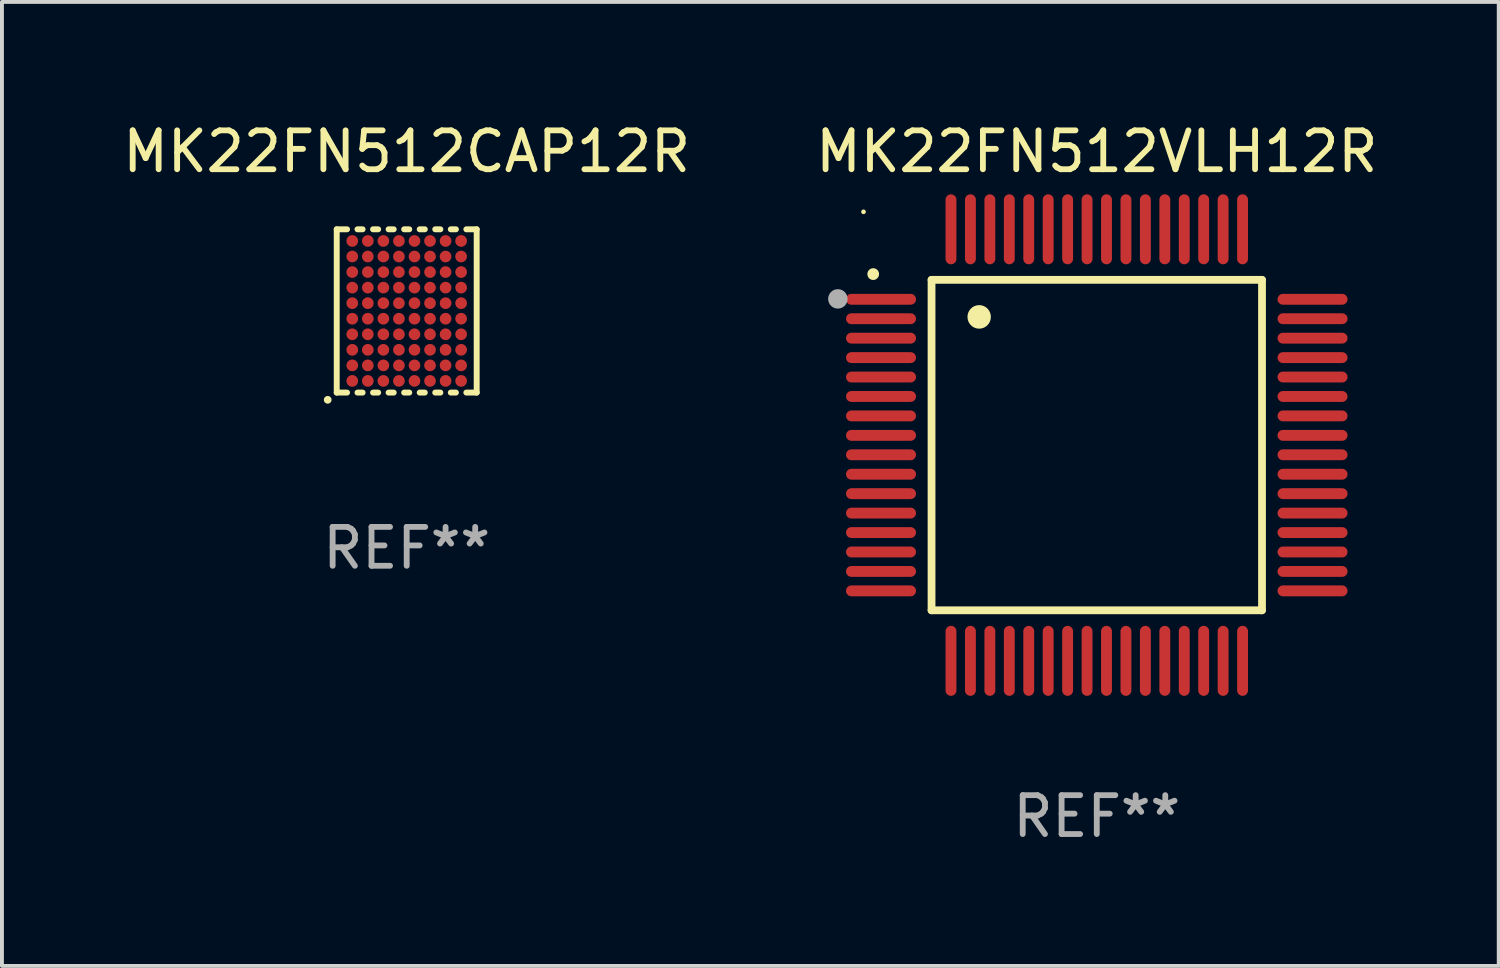
<source format=kicad_pcb>
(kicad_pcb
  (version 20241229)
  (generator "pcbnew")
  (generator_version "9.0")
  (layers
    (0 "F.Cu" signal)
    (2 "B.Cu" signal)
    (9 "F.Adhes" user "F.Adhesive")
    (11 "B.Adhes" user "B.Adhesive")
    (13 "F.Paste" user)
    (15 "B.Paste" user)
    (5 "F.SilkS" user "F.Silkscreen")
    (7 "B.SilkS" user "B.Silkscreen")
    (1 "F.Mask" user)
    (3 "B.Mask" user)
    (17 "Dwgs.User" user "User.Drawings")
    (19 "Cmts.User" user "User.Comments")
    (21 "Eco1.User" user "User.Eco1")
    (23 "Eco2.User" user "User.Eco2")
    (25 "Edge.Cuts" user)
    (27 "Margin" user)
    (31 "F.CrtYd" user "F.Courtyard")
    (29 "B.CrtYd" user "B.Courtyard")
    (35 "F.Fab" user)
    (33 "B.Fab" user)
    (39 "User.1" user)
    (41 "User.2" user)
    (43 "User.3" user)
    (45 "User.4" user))
  (footprint "MK22FN512VLH12R"
    (layer "F.Cu")
    (at 25.161 8.398)
    (property "Reference" "MK22FN512VLH12R" (at 0 -7.55 0) (layer "F.SilkS") (effects (font (size 1 1) (thickness 0.15))))
    (attr through_hole)
    (fp_line (start -4.25 -4.25) (end -4.25 4.25) (stroke (width 0.2) (type solid)) (layer "F.SilkS"))
    (fp_line (start -4.25 4.25) (end 4.25 4.25) (stroke (width 0.2) (type solid)) (layer "F.SilkS"))
    (fp_line (start 4.25 -4.25) (end -4.25 -4.25) (stroke (width 0.2) (type solid)) (layer "F.SilkS"))
    (fp_line (start 4.25 4.25) (end 4.25 -4.25) (stroke (width 0.2) (type solid)) (layer "F.SilkS"))
    (fp_arc (start -5.750572 -4.396749) (mid -5.750577 -4.398019) (end -5.750572 -4.399289) (stroke (width 0.3) (type solid)) (layer "F.SilkS"))
    (fp_arc (start -3.025146 -3.294387) (mid -3.025157 -3.296927) (end -3.025146 -3.299467) (stroke (width 0.6) (type solid)) (layer "F.SilkS"))
    (fp_circle (center -6 -6) (end -5.97 -6) (stroke (width 0.06) (type solid)) (fill no) (layer "F.SilkS"))
    (fp_circle (center -6.66 -3.76) (end -6.535 -3.76) (stroke (width 0.25) (type solid)) (fill no) (layer "F.Fab"))
    (fp_text user "REF**" (at 0 9.55 0) (layer "F.Fab") (effects (font (size 1 1) (thickness 0.15))))
    (pad "1" smd oval (at -5.55 -3.75) (size 1.8 0.28) (layers "F.Cu" "F.Mask" "F.Paste"))
    (pad "2" smd oval (at -5.55 -3.25) (size 1.8 0.28) (layers "F.Cu" "F.Mask" "F.Paste"))
    (pad "3" smd oval (at -5.55 -2.75) (size 1.8 0.28) (layers "F.Cu" "F.Mask" "F.Paste"))
    (pad "4" smd oval (at -5.55 -2.25) (size 1.8 0.28) (layers "F.Cu" "F.Mask" "F.Paste"))
    (pad "5" smd oval (at -5.55 -1.75) (size 1.8 0.28) (layers "F.Cu" "F.Mask" "F.Paste"))
    (pad "6" smd oval (at -5.55 -1.25) (size 1.8 0.28) (layers "F.Cu" "F.Mask" "F.Paste"))
    (pad "7" smd oval (at -5.55 -0.75) (size 1.8 0.28) (layers "F.Cu" "F.Mask" "F.Paste"))
    (pad "8" smd oval (at -5.55 -0.25) (size 1.8 0.28) (layers "F.Cu" "F.Mask" "F.Paste"))
    (pad "9" smd oval (at -5.55 0.25) (size 1.8 0.28) (layers "F.Cu" "F.Mask" "F.Paste"))
    (pad "10" smd oval (at -5.55 0.75) (size 1.8 0.28) (layers "F.Cu" "F.Mask" "F.Paste"))
    (pad "11" smd oval (at -5.55 1.25) (size 1.8 0.28) (layers "F.Cu" "F.Mask" "F.Paste"))
    (pad "12" smd oval (at -5.55 1.75) (size 1.8 0.28) (layers "F.Cu" "F.Mask" "F.Paste"))
    (pad "13" smd oval (at -5.55 2.25) (size 1.8 0.28) (layers "F.Cu" "F.Mask" "F.Paste"))
    (pad "14" smd oval (at -5.55 2.75) (size 1.8 0.28) (layers "F.Cu" "F.Mask" "F.Paste"))
    (pad "15" smd oval (at -5.55 3.25) (size 1.8 0.28) (layers "F.Cu" "F.Mask" "F.Paste"))
    (pad "16" smd oval (at -5.55 3.75) (size 1.8 0.28) (layers "F.Cu" "F.Mask" "F.Paste"))
    (pad "17" smd oval (at -3.75 5.55) (size 0.28 1.8) (layers "F.Cu" "F.Mask" "F.Paste"))
    (pad "18" smd oval (at -3.25 5.55) (size 0.28 1.8) (layers "F.Cu" "F.Mask" "F.Paste"))
    (pad "19" smd oval (at -2.75 5.55) (size 0.28 1.8) (layers "F.Cu" "F.Mask" "F.Paste"))
    (pad "20" smd oval (at -2.25 5.55) (size 0.28 1.8) (layers "F.Cu" "F.Mask" "F.Paste"))
    (pad "21" smd oval (at -1.75 5.55) (size 0.28 1.8) (layers "F.Cu" "F.Mask" "F.Paste"))
    (pad "22" smd oval (at -1.25 5.55) (size 0.28 1.8) (layers "F.Cu" "F.Mask" "F.Paste"))
    (pad "23" smd oval (at -0.75 5.55) (size 0.28 1.8) (layers "F.Cu" "F.Mask" "F.Paste"))
    (pad "24" smd oval (at -0.25 5.55) (size 0.28 1.8) (layers "F.Cu" "F.Mask" "F.Paste"))
    (pad "25" smd oval (at 0.25 5.55) (size 0.28 1.8) (layers "F.Cu" "F.Mask" "F.Paste"))
    (pad "26" smd oval (at 0.75 5.55) (size 0.28 1.8) (layers "F.Cu" "F.Mask" "F.Paste"))
    (pad "27" smd oval (at 1.25 5.55) (size 0.28 1.8) (layers "F.Cu" "F.Mask" "F.Paste"))
    (pad "28" smd oval (at 1.75 5.55) (size 0.28 1.8) (layers "F.Cu" "F.Mask" "F.Paste"))
    (pad "29" smd oval (at 2.25 5.55) (size 0.28 1.8) (layers "F.Cu" "F.Mask" "F.Paste"))
    (pad "30" smd oval (at 2.75 5.55) (size 0.28 1.8) (layers "F.Cu" "F.Mask" "F.Paste"))
    (pad "31" smd oval (at 3.25 5.55) (size 0.28 1.8) (layers "F.Cu" "F.Mask" "F.Paste"))
    (pad "32" smd oval (at 3.75 5.55) (size 0.28 1.8) (layers "F.Cu" "F.Mask" "F.Paste"))
    (pad "33" smd oval (at 5.55 3.75) (size 1.8 0.28) (layers "F.Cu" "F.Mask" "F.Paste"))
    (pad "34" smd oval (at 5.55 3.25) (size 1.8 0.28) (layers "F.Cu" "F.Mask" "F.Paste"))
    (pad "35" smd oval (at 5.55 2.75) (size 1.8 0.28) (layers "F.Cu" "F.Mask" "F.Paste"))
    (pad "36" smd oval (at 5.55 2.25) (size 1.8 0.28) (layers "F.Cu" "F.Mask" "F.Paste"))
    (pad "37" smd oval (at 5.55 1.75) (size 1.8 0.28) (layers "F.Cu" "F.Mask" "F.Paste"))
    (pad "38" smd oval (at 5.55 1.25) (size 1.8 0.28) (layers "F.Cu" "F.Mask" "F.Paste"))
    (pad "39" smd oval (at 5.55 0.75) (size 1.8 0.28) (layers "F.Cu" "F.Mask" "F.Paste"))
    (pad "40" smd oval (at 5.55 0.25) (size 1.8 0.28) (layers "F.Cu" "F.Mask" "F.Paste"))
    (pad "41" smd oval (at 5.55 -0.25) (size 1.8 0.28) (layers "F.Cu" "F.Mask" "F.Paste"))
    (pad "42" smd oval (at 5.55 -0.75) (size 1.8 0.28) (layers "F.Cu" "F.Mask" "F.Paste"))
    (pad "43" smd oval (at 5.55 -1.25) (size 1.8 0.28) (layers "F.Cu" "F.Mask" "F.Paste"))
    (pad "44" smd oval (at 5.55 -1.75) (size 1.8 0.28) (layers "F.Cu" "F.Mask" "F.Paste"))
    (pad "45" smd oval (at 5.55 -2.25) (size 1.8 0.28) (layers "F.Cu" "F.Mask" "F.Paste"))
    (pad "46" smd oval (at 5.55 -2.75) (size 1.8 0.28) (layers "F.Cu" "F.Mask" "F.Paste"))
    (pad "47" smd oval (at 5.55 -3.25) (size 1.8 0.28) (layers "F.Cu" "F.Mask" "F.Paste"))
    (pad "48" smd oval (at 5.55 -3.75) (size 1.8 0.28) (layers "F.Cu" "F.Mask" "F.Paste"))
    (pad "49" smd oval (at 3.75 -5.55) (size 0.28 1.8) (layers "F.Cu" "F.Mask" "F.Paste"))
    (pad "50" smd oval (at 3.25 -5.55) (size 0.28 1.8) (layers "F.Cu" "F.Mask" "F.Paste"))
    (pad "51" smd oval (at 2.75 -5.55) (size 0.28 1.8) (layers "F.Cu" "F.Mask" "F.Paste"))
    (pad "52" smd oval (at 2.25 -5.55) (size 0.28 1.8) (layers "F.Cu" "F.Mask" "F.Paste"))
    (pad "53" smd oval (at 1.75 -5.55) (size 0.28 1.8) (layers "F.Cu" "F.Mask" "F.Paste"))
    (pad "54" smd oval (at 1.25 -5.55) (size 0.28 1.8) (layers "F.Cu" "F.Mask" "F.Paste"))
    (pad "55" smd oval (at 0.75 -5.55) (size 0.28 1.8) (layers "F.Cu" "F.Mask" "F.Paste"))
    (pad "56" smd oval (at 0.25 -5.55) (size 0.28 1.8) (layers "F.Cu" "F.Mask" "F.Paste"))
    (pad "57" smd oval (at -0.25 -5.55) (size 0.28 1.8) (layers "F.Cu" "F.Mask" "F.Paste"))
    (pad "58" smd oval (at -0.75 -5.55) (size 0.28 1.8) (layers "F.Cu" "F.Mask" "F.Paste"))
    (pad "59" smd oval (at -1.25 -5.55) (size 0.28 1.8) (layers "F.Cu" "F.Mask" "F.Paste"))
    (pad "60" smd oval (at -1.75 -5.55) (size 0.28 1.8) (layers "F.Cu" "F.Mask" "F.Paste"))
    (pad "61" smd oval (at -2.25 -5.55) (size 0.28 1.8) (layers "F.Cu" "F.Mask" "F.Paste"))
    (pad "62" smd oval (at -2.75 -5.55) (size 0.28 1.8) (layers "F.Cu" "F.Mask" "F.Paste"))
    (pad "63" smd oval (at -3.25 -5.55) (size 0.28 1.8) (layers "F.Cu" "F.Mask" "F.Paste"))
    (pad "64" smd oval (at -3.75 -5.55) (size 0.28 1.8) (layers "F.Cu" "F.Mask" "F.Paste")))
  (footprint "MK22FN512CAP12R"
    (layer "F.Cu")
    (at 7.411 4.948)
    (property "Reference" "MK22FN512CAP12R" (at 0 -4.1 0) (layer "F.SilkS") (effects (font (size 1 1) (thickness 0.15))))
    (attr through_hole)
    (fp_line (start -1.8 -2.1) (end -1.534 -2.1) (stroke (width 0.152) (type solid)) (layer "F.SilkS"))
    (fp_line (start -1.8 2.1) (end -1.8 -2.1) (stroke (width 0.152) (type solid)) (layer "F.SilkS"))
    (fp_line (start -1.8 2.1) (end -1.534 2.1) (stroke (width 0.152) (type solid)) (layer "F.SilkS"))
    (fp_line (start -1.266 -2.1) (end -1.134 -2.1) (stroke (width 0.152) (type solid)) (layer "F.SilkS"))
    (fp_line (start -1.266 2.1) (end -1.134 2.1) (stroke (width 0.152) (type solid)) (layer "F.SilkS"))
    (fp_line (start -0.866 -2.1) (end -0.734 -2.1) (stroke (width 0.152) (type solid)) (layer "F.SilkS"))
    (fp_line (start -0.866 2.1) (end -0.734 2.1) (stroke (width 0.152) (type solid)) (layer "F.SilkS"))
    (fp_line (start -0.466 -2.1) (end -0.334 -2.1) (stroke (width 0.152) (type solid)) (layer "F.SilkS"))
    (fp_line (start -0.466 2.1) (end -0.334 2.1) (stroke (width 0.152) (type solid)) (layer "F.SilkS"))
    (fp_line (start -0.066 -2.1) (end 0.066 -2.1) (stroke (width 0.152) (type solid)) (layer "F.SilkS"))
    (fp_line (start -0.066 2.1) (end 0.066 2.1) (stroke (width 0.152) (type solid)) (layer "F.SilkS"))
    (fp_line (start 0.334 -2.1) (end 0.466 -2.1) (stroke (width 0.152) (type solid)) (layer "F.SilkS"))
    (fp_line (start 0.334 2.1) (end 0.466 2.1) (stroke (width 0.152) (type solid)) (layer "F.SilkS"))
    (fp_line (start 0.734 -2.1) (end 0.866 -2.1) (stroke (width 0.152) (type solid)) (layer "F.SilkS"))
    (fp_line (start 0.734 2.1) (end 0.866 2.1) (stroke (width 0.152) (type solid)) (layer "F.SilkS"))
    (fp_line (start 1.134 -2.1) (end 1.266 -2.1) (stroke (width 0.152) (type solid)) (layer "F.SilkS"))
    (fp_line (start 1.134 2.1) (end 1.266 2.1) (stroke (width 0.152) (type solid)) (layer "F.SilkS"))
    (fp_line (start 1.534 -2.1) (end 1.8 -2.1) (stroke (width 0.152) (type solid)) (layer "F.SilkS"))
    (fp_line (start 1.534 2.1) (end 1.8 2.1) (stroke (width 0.152) (type solid)) (layer "F.SilkS"))
    (fp_line (start 1.8 2.1) (end 1.8 -2.1) (stroke (width 0.152) (type solid)) (layer "F.SilkS"))
    (fp_circle (center -2.032 2.286) (end -1.982 2.286) (stroke (width 0.1) (type solid)) (fill no) (layer "F.SilkS"))
    (fp_text user "REF**" (at 0 6.1 0) (layer "F.Fab") (effects (font (size 1 1) (thickness 0.15))))
    (pad "A1" smd circle (at -1.4 1.8) (size 0.3 0.3) (layers "F.Cu" "F.Mask" "F.Paste"))
    (pad "A2" smd circle (at -1.4 1.4) (size 0.3 0.3) (layers "F.Cu" "F.Mask" "F.Paste"))
    (pad "A3" smd circle (at -1.4 1) (size 0.3 0.3) (layers "F.Cu" "F.Mask" "F.Paste"))
    (pad "A4" smd circle (at -1.4 0.6) (size 0.3 0.3) (layers "F.Cu" "F.Mask" "F.Paste"))
    (pad "A5" smd circle (at -1.4 0.2) (size 0.3 0.3) (layers "F.Cu" "F.Mask" "F.Paste"))
    (pad "A6" smd circle (at -1.4 -0.2) (size 0.3 0.3) (layers "F.Cu" "F.Mask" "F.Paste"))
    (pad "A7" smd circle (at -1.4 -0.6) (size 0.3 0.3) (layers "F.Cu" "F.Mask" "F.Paste"))
    (pad "A8" smd circle (at -1.4 -1) (size 0.3 0.3) (layers "F.Cu" "F.Mask" "F.Paste"))
    (pad "A9" smd circle (at -1.4 -1.4) (size 0.3 0.3) (layers "F.Cu" "F.Mask" "F.Paste"))
    (pad "A10" smd circle (at -1.4 -1.8) (size 0.3 0.3) (layers "F.Cu" "F.Mask" "F.Paste"))
    (pad "B1" smd circle (at -1 1.8) (size 0.3 0.3) (layers "F.Cu" "F.Mask" "F.Paste"))
    (pad "B2" smd circle (at -1 1.4) (size 0.3 0.3) (layers "F.Cu" "F.Mask" "F.Paste"))
    (pad "B3" smd circle (at -1 1) (size 0.3 0.3) (layers "F.Cu" "F.Mask" "F.Paste"))
    (pad "B4" smd circle (at -1 0.6) (size 0.3 0.3) (layers "F.Cu" "F.Mask" "F.Paste"))
    (pad "B5" smd circle (at -1 0.2) (size 0.3 0.3) (layers "F.Cu" "F.Mask" "F.Paste"))
    (pad "B6" smd circle (at -1 -0.2) (size 0.3 0.3) (layers "F.Cu" "F.Mask" "F.Paste"))
    (pad "B7" smd circle (at -1 -0.6) (size 0.3 0.3) (layers "F.Cu" "F.Mask" "F.Paste"))
    (pad "B8" smd circle (at -1 -1) (size 0.3 0.3) (layers "F.Cu" "F.Mask" "F.Paste"))
    (pad "B9" smd circle (at -1 -1.4) (size 0.3 0.3) (layers "F.Cu" "F.Mask" "F.Paste"))
    (pad "B10" smd circle (at -1 -1.8) (size 0.3 0.3) (layers "F.Cu" "F.Mask" "F.Paste"))
    (pad "C1" smd circle (at -0.6 1.8) (size 0.3 0.3) (layers "F.Cu" "F.Mask" "F.Paste"))
    (pad "C2" smd circle (at -0.6 1.4) (size 0.3 0.3) (layers "F.Cu" "F.Mask" "F.Paste"))
    (pad "C3" smd circle (at -0.6 1) (size 0.3 0.3) (layers "F.Cu" "F.Mask" "F.Paste"))
    (pad "C4" smd circle (at -0.6 0.6) (size 0.3 0.3) (layers "F.Cu" "F.Mask" "F.Paste"))
    (pad "C5" smd circle (at -0.6 0.2) (size 0.3 0.3) (layers "F.Cu" "F.Mask" "F.Paste"))
    (pad "C6" smd circle (at -0.6 -0.2) (size 0.3 0.3) (layers "F.Cu" "F.Mask" "F.Paste"))
    (pad "C7" smd circle (at -0.6 -0.6) (size 0.3 0.3) (layers "F.Cu" "F.Mask" "F.Paste"))
    (pad "C8" smd circle (at -0.6 -1) (size 0.3 0.3) (layers "F.Cu" "F.Mask" "F.Paste"))
    (pad "C9" smd circle (at -0.6 -1.4) (size 0.3 0.3) (layers "F.Cu" "F.Mask" "F.Paste"))
    (pad "C10" smd circle (at -0.6 -1.8) (size 0.3 0.3) (layers "F.Cu" "F.Mask" "F.Paste"))
    (pad "D1" smd circle (at -0.2 1.8) (size 0.3 0.3) (layers "F.Cu" "F.Mask" "F.Paste"))
    (pad "D2" smd circle (at -0.2 1.4) (size 0.3 0.3) (layers "F.Cu" "F.Mask" "F.Paste"))
    (pad "D3" smd circle (at -0.2 1) (size 0.3 0.3) (layers "F.Cu" "F.Mask" "F.Paste"))
    (pad "D4" smd circle (at -0.2 0.6) (size 0.3 0.3) (layers "F.Cu" "F.Mask" "F.Paste"))
    (pad "D5" smd circle (at -0.2 0.2) (size 0.3 0.3) (layers "F.Cu" "F.Mask" "F.Paste"))
    (pad "D6" smd circle (at -0.2 -0.2) (size 0.3 0.3) (layers "F.Cu" "F.Mask" "F.Paste"))
    (pad "D7" smd circle (at -0.2 -0.6) (size 0.3 0.3) (layers "F.Cu" "F.Mask" "F.Paste"))
    (pad "D8" smd circle (at -0.2 -1) (size 0.3 0.3) (layers "F.Cu" "F.Mask" "F.Paste"))
    (pad "D9" smd circle (at -0.2 -1.4) (size 0.3 0.3) (layers "F.Cu" "F.Mask" "F.Paste"))
    (pad "D10" smd circle (at -0.2 -1.8) (size 0.3 0.3) (layers "F.Cu" "F.Mask" "F.Paste"))
    (pad "E1" smd circle (at 0.2 1.8) (size 0.3 0.3) (layers "F.Cu" "F.Mask" "F.Paste"))
    (pad "E2" smd circle (at 0.2 1.4) (size 0.3 0.3) (layers "F.Cu" "F.Mask" "F.Paste"))
    (pad "E3" smd circle (at 0.2 1) (size 0.3 0.3) (layers "F.Cu" "F.Mask" "F.Paste"))
    (pad "E4" smd circle (at 0.2 0.6) (size 0.3 0.3) (layers "F.Cu" "F.Mask" "F.Paste"))
    (pad "E5" smd circle (at 0.2 0.2) (size 0.3 0.3) (layers "F.Cu" "F.Mask" "F.Paste"))
    (pad "E6" smd circle (at 0.2 -0.2) (size 0.3 0.3) (layers "F.Cu" "F.Mask" "F.Paste"))
    (pad "E7" smd circle (at 0.2 -0.6) (size 0.3 0.3) (layers "F.Cu" "F.Mask" "F.Paste"))
    (pad "E8" smd circle (at 0.2 -1) (size 0.3 0.3) (layers "F.Cu" "F.Mask" "F.Paste"))
    (pad "E9" smd circle (at 0.2 -1.4) (size 0.3 0.3) (layers "F.Cu" "F.Mask" "F.Paste"))
    (pad "E10" smd circle (at 0.2 -1.8) (size 0.3 0.3) (layers "F.Cu" "F.Mask" "F.Paste"))
    (pad "F1" smd circle (at 0.6 1.8) (size 0.3 0.3) (layers "F.Cu" "F.Mask" "F.Paste"))
    (pad "F2" smd circle (at 0.6 1.4) (size 0.3 0.3) (layers "F.Cu" "F.Mask" "F.Paste"))
    (pad "F3" smd circle (at 0.6 1) (size 0.3 0.3) (layers "F.Cu" "F.Mask" "F.Paste"))
    (pad "F4" smd circle (at 0.6 0.6) (size 0.3 0.3) (layers "F.Cu" "F.Mask" "F.Paste"))
    (pad "F5" smd circle (at 0.6 0.2) (size 0.3 0.3) (layers "F.Cu" "F.Mask" "F.Paste"))
    (pad "F6" smd circle (at 0.6 -0.2) (size 0.3 0.3) (layers "F.Cu" "F.Mask" "F.Paste"))
    (pad "F7" smd circle (at 0.6 -0.6) (size 0.3 0.3) (layers "F.Cu" "F.Mask" "F.Paste"))
    (pad "F8" smd circle (at 0.6 -1) (size 0.3 0.3) (layers "F.Cu" "F.Mask" "F.Paste"))
    (pad "F9" smd circle (at 0.6 -1.4) (size 0.3 0.3) (layers "F.Cu" "F.Mask" "F.Paste"))
    (pad "F10" smd circle (at 0.6 -1.8) (size 0.3 0.3) (layers "F.Cu" "F.Mask" "F.Paste"))
    (pad "G1" smd circle (at 1 1.8) (size 0.3 0.3) (layers "F.Cu" "F.Mask" "F.Paste"))
    (pad "G2" smd circle (at 1 1.4) (size 0.3 0.3) (layers "F.Cu" "F.Mask" "F.Paste"))
    (pad "G3" smd circle (at 1 1) (size 0.3 0.3) (layers "F.Cu" "F.Mask" "F.Paste"))
    (pad "G4" smd circle (at 1 0.6) (size 0.3 0.3) (layers "F.Cu" "F.Mask" "F.Paste"))
    (pad "G5" smd circle (at 1 0.2) (size 0.3 0.3) (layers "F.Cu" "F.Mask" "F.Paste"))
    (pad "G6" smd circle (at 1 -0.2) (size 0.3 0.3) (layers "F.Cu" "F.Mask" "F.Paste"))
    (pad "G7" smd circle (at 1 -0.6) (size 0.3 0.3) (layers "F.Cu" "F.Mask" "F.Paste"))
    (pad "G8" smd circle (at 1 -1) (size 0.3 0.3) (layers "F.Cu" "F.Mask" "F.Paste"))
    (pad "G9" smd circle (at 1 -1.4) (size 0.3 0.3) (layers "F.Cu" "F.Mask" "F.Paste"))
    (pad "G10" smd circle (at 1 -1.8) (size 0.3 0.3) (layers "F.Cu" "F.Mask" "F.Paste"))
    (pad "H1" smd circle (at 1.4 1.8) (size 0.3 0.3) (layers "F.Cu" "F.Mask" "F.Paste"))
    (pad "H2" smd circle (at 1.4 1.4) (size 0.3 0.3) (layers "F.Cu" "F.Mask" "F.Paste"))
    (pad "H3" smd circle (at 1.4 1) (size 0.3 0.3) (layers "F.Cu" "F.Mask" "F.Paste"))
    (pad "H4" smd circle (at 1.4 0.6) (size 0.3 0.3) (layers "F.Cu" "F.Mask" "F.Paste"))
    (pad "H5" smd circle (at 1.4 0.2) (size 0.3 0.3) (layers "F.Cu" "F.Mask" "F.Paste"))
    (pad "H6" smd circle (at 1.4 -0.2) (size 0.3 0.3) (layers "F.Cu" "F.Mask" "F.Paste"))
    (pad "H7" smd circle (at 1.4 -0.6) (size 0.3 0.3) (layers "F.Cu" "F.Mask" "F.Paste"))
    (pad "H8" smd circle (at 1.4 -1) (size 0.3 0.3) (layers "F.Cu" "F.Mask" "F.Paste"))
    (pad "H9" smd circle (at 1.4 -1.4) (size 0.3 0.3) (layers "F.Cu" "F.Mask" "F.Paste"))
    (pad "H10" smd circle (at 1.4 -1.8) (size 0.3 0.3) (layers "F.Cu" "F.Mask" "F.Paste")))
  (gr_rect
    (start -3 -3)
    (end 35.5 21.796)
    (stroke (width 0.1) (type default))
    (fill no)
    (layer "Edge.Cuts")))
</source>
